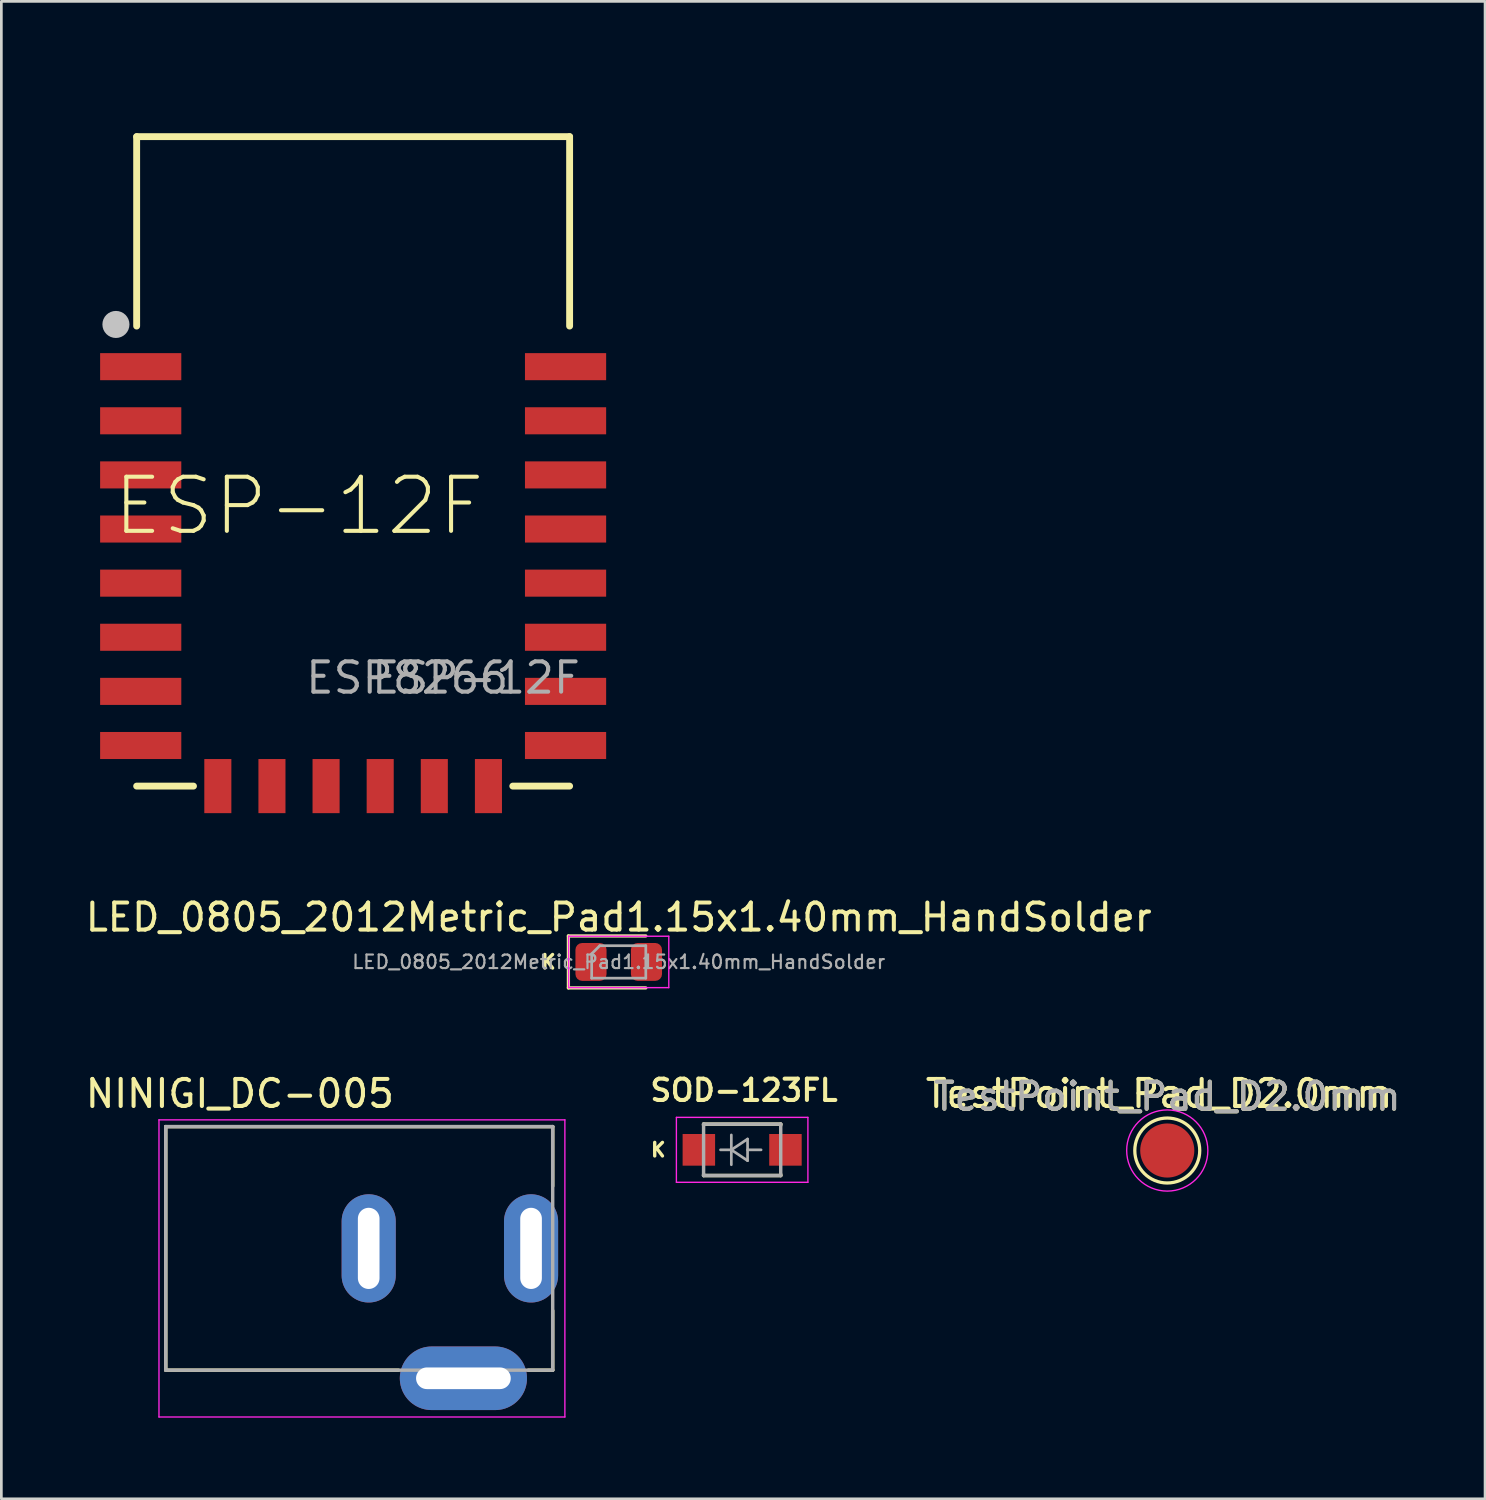
<source format=kicad_pcb>
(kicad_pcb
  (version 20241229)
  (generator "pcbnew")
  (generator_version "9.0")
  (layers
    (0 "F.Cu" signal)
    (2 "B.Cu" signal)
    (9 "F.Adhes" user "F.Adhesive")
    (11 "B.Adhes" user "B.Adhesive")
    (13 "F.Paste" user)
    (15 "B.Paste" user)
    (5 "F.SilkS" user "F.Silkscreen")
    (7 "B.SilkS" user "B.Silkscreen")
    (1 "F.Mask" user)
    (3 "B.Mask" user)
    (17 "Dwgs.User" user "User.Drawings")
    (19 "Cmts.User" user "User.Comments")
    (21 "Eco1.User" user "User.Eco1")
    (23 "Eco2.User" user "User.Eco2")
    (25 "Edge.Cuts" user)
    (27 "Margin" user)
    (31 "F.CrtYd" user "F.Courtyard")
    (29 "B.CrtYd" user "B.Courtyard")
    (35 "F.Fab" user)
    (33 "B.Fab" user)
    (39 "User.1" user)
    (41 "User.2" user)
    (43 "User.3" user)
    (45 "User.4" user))
  (footprint "ESP-12F"
    (layer "F.Cu")
    (at 2 26)
    (property "Reference" "ESP-12F" (at 6 -10.35 180) (layer "F.SilkS") (effects (font (size 2 2) (thickness 0.15))))
    (attr through_hole)
    (fp_line (start 0 -24) (end 0 -17) (stroke (width 0.254) (type solid)) (layer "F.SilkS"))
    (fp_line (start 0 0) (end 2.1 0) (stroke (width 0.254) (type solid)) (layer "F.SilkS"))
    (fp_line (start 13.9 0) (end 16 0) (stroke (width 0.254) (type solid)) (layer "F.SilkS"))
    (fp_line (start 16 -24) (end 0 -24) (stroke (width 0.254) (type solid)) (layer "F.SilkS"))
    (fp_line (start 16 -17) (end 16 -24) (stroke (width 0.254) (type solid)) (layer "F.SilkS"))
    (fp_circle (center -0.766 -17.06) (end -0.516 -17.06) (stroke (width 0.5) (type solid)) (fill no) (layer "Dwgs.User"))
    (fp_text user "ESP-12F" (at 12.54 -4 0) (layer "F.Fab") (effects (font (size 1.12 1.12) (thickness 0.15))))
    (fp_text user "ESP8266" (at 10 -4 0) (layer "F.Fab") (effects (font (size 1.12 1.12) (thickness 0.15))))
    (pad "1" smd rect (at 0.15 -15.5) (size 3 1) (layers "F.Cu" "F.Mask" "F.Paste"))
    (pad "2" smd rect (at 0.15 -13.5) (size 3 1) (layers "F.Cu" "F.Mask" "F.Paste"))
    (pad "3" smd rect (at 0.15 -11.5) (size 3 1) (layers "F.Cu" "F.Mask" "F.Paste"))
    (pad "4" smd rect (at 0.15 -9.5) (size 3 1) (layers "F.Cu" "F.Mask" "F.Paste"))
    (pad "5" smd rect (at 0.15 -7.5) (size 3 1) (layers "F.Cu" "F.Mask" "F.Paste"))
    (pad "6" smd rect (at 0.15 -5.5) (size 3 1) (layers "F.Cu" "F.Mask" "F.Paste"))
    (pad "7" smd rect (at 0.15 -3.5) (size 3 1) (layers "F.Cu" "F.Mask" "F.Paste"))
    (pad "8" smd rect (at 0.15 -1.5) (size 3 1) (layers "F.Cu" "F.Mask" "F.Paste"))
    (pad "9" smd rect (at 3 0 90) (size 2 1) (layers "F.Cu" "F.Mask" "F.Paste"))
    (pad "10" smd rect (at 5 0 90) (size 2 1) (layers "F.Cu" "F.Mask" "F.Paste"))
    (pad "11" smd rect (at 7 0 90) (size 2 1) (layers "F.Cu" "F.Mask" "F.Paste"))
    (pad "12" smd rect (at 9 0 90) (size 2 1) (layers "F.Cu" "F.Mask" "F.Paste"))
    (pad "13" smd rect (at 11 0 90) (size 2 1) (layers "F.Cu" "F.Mask" "F.Paste"))
    (pad "14" smd rect (at 13 0 90) (size 2 1) (layers "F.Cu" "F.Mask" "F.Paste"))
    (pad "15" smd rect (at 15.85 -1.5) (size 3 1) (layers "F.Cu" "F.Mask" "F.Paste"))
    (pad "16" smd rect (at 15.85 -3.5) (size 3 1) (layers "F.Cu" "F.Mask" "F.Paste"))
    (pad "17" smd rect (at 15.85 -5.5) (size 3 1) (layers "F.Cu" "F.Mask" "F.Paste"))
    (pad "18" smd rect (at 15.85 -7.5) (size 3 1) (layers "F.Cu" "F.Mask" "F.Paste"))
    (pad "19" smd rect (at 15.85 -9.5) (size 3 1) (layers "F.Cu" "F.Mask" "F.Paste"))
    (pad "20" smd rect (at 15.85 -11.5) (size 3 1) (layers "F.Cu" "F.Mask" "F.Paste"))
    (pad "21" smd rect (at 15.85 -13.5) (size 3 1) (layers "F.Cu" "F.Mask" "F.Paste"))
    (pad "22" smd rect (at 15.85 -15.5) (size 3 1) (layers "F.Cu" "F.Mask" "F.Paste"))
    (zone (net_name "") (layer "F.Cu") (hatch full 0.508) (connect_pads) (min_thickness 0.01) (filled_areas_thickness no) (keepout (tracks not_allowed) (vias not_allowed) (pads not_allowed) (copperpour not_allowed) (footprints allowed)) (placement (enabled no)) (fill) (polygon (pts (xy 0 0) (xy 20 0) (xy 20 9) (xy 0 9))))
    (zone (net_name "") (layer "B.Cu") (hatch full 0.508) (connect_pads) (min_thickness 0.01) (filled_areas_thickness no) (keepout (tracks not_allowed) (vias not_allowed) (pads not_allowed) (copperpour not_allowed) (footprints allowed)) (placement (enabled no)) (fill) (polygon (pts (xy 0 0) (xy 20 0) (xy 20 9) (xy 0 9)))))
  (footprint "LED_0805_2012Metric_Pad1.15x1.40mm_HandSolder"
    (layer "F.Cu")
    (at 19.815 32.498)
    (property "Reference" "LED_0805_2012Metric_Pad1.15x1.40mm_HandSolder" (at 0 -1.65 0) (layer "F.SilkS") (effects (font (size 1 1) (thickness 0.15))))
    (attr smd)
    (fp_line (start -1.86 -0.96) (end -1.86 0.96) (stroke (width 0.12) (type solid)) (layer "F.SilkS"))
    (fp_line (start -1.86 0.96) (end 1 0.96) (stroke (width 0.12) (type solid)) (layer "F.SilkS"))
    (fp_line (start 1 -0.96) (end -1.86 -0.96) (stroke (width 0.12) (type solid)) (layer "F.SilkS"))
    (fp_line (start -1.85 -0.95) (end 1.85 -0.95) (stroke (width 0.05) (type solid)) (layer "F.CrtYd"))
    (fp_line (start -1.85 0.95) (end -1.85 -0.95) (stroke (width 0.05) (type solid)) (layer "F.CrtYd"))
    (fp_line (start 1.85 -0.95) (end 1.85 0.95) (stroke (width 0.05) (type solid)) (layer "F.CrtYd"))
    (fp_line (start 1.85 0.95) (end -1.85 0.95) (stroke (width 0.05) (type solid)) (layer "F.CrtYd"))
    (fp_line (start -1 -0.3) (end -1 0.6) (stroke (width 0.1) (type solid)) (layer "F.Fab"))
    (fp_line (start -1 0.6) (end 1 0.6) (stroke (width 0.1) (type solid)) (layer "F.Fab"))
    (fp_line (start -0.7 -0.6) (end -1 -0.3) (stroke (width 0.1) (type solid)) (layer "F.Fab"))
    (fp_line (start 1 -0.6) (end -0.7 -0.6) (stroke (width 0.1) (type solid)) (layer "F.Fab"))
    (fp_line (start 1 0.6) (end 1 -0.6) (stroke (width 0.1) (type solid)) (layer "F.Fab"))
    (fp_text user "K" (at -2.6 0 0) (unlocked yes) (layer "F.SilkS") (effects (font (size 0.5 0.5) (thickness 0.125))))
    (fp_text user "${REFERENCE}" (at 0 0 0) (layer "F.Fab") (effects (font (size 0.5 0.5) (thickness 0.08))))
    (pad "1" smd roundrect (at -1.025 0) (size 1.15 1.4) (layers "F.Cu" "F.Mask" "F.Paste") (roundrect_rratio 0.217))
    (pad "2" smd roundrect (at 1.025 0) (size 1.15 1.4) (layers "F.Cu" "F.Mask" "F.Paste") (roundrect_rratio 0.217)))
  (footprint "NINIGI_DC-005"
    (layer "F.Cu")
    (at 14.075 43.084)
    (property "Reference" "NINIGI_DC-005" (at -8.26 -5.717 0) (layer "F.SilkS") (effects (font (size 1 1) (thickness 0.15))))
    (attr through_hole)
    (fp_line (start -11 -4.5) (end 3.3 -4.5) (stroke (width 0.127) (type solid)) (layer "F.SilkS"))
    (fp_line (start -11 4.5) (end -11 -4.5) (stroke (width 0.127) (type solid)) (layer "F.SilkS"))
    (fp_line (start -2.4 4.5) (end -11 4.5) (stroke (width 0.127) (type solid)) (layer "F.SilkS"))
    (fp_line (start 3.3 -4.5) (end 3.3 -2.3) (stroke (width 0.127) (type solid)) (layer "F.SilkS"))
    (fp_line (start 3.3 2.3) (end 3.3 4.5) (stroke (width 0.127) (type solid)) (layer "F.SilkS"))
    (fp_line (start 3.3 4.5) (end 2.4 4.5) (stroke (width 0.127) (type solid)) (layer "F.SilkS"))
    (fp_line (start -11.25 -4.75) (end 3.75 -4.75) (stroke (width 0.05) (type solid)) (layer "F.CrtYd"))
    (fp_line (start -11.25 6.23) (end -11.25 -4.75) (stroke (width 0.05) (type solid)) (layer "F.CrtYd"))
    (fp_line (start 3.75 -4.75) (end 3.75 6.23) (stroke (width 0.05) (type solid)) (layer "F.CrtYd"))
    (fp_line (start 3.75 6.23) (end -11.25 6.23) (stroke (width 0.05) (type solid)) (layer "F.CrtYd"))
    (fp_line (start -11 -4.5) (end 3.3 -4.5) (stroke (width 0.127) (type solid)) (layer "F.Fab"))
    (fp_line (start -11 4.5) (end -11 -4.5) (stroke (width 0.127) (type solid)) (layer "F.Fab"))
    (fp_line (start 3.3 -4.5) (end 3.3 4.5) (stroke (width 0.127) (type solid)) (layer "F.Fab"))
    (fp_line (start 3.3 4.5) (end -11 4.5) (stroke (width 0.127) (type solid)) (layer "F.Fab"))
    (pad "2" thru_hole oval (at 0 4.8) (size 4.7 2.35) (drill oval 3.5 0.8) (layers "*.Cu" "*.Mask"))
    (pad "3" thru_hole oval (at -3.5 0) (size 2 4) (drill oval 0.8 3) (layers "*.Cu" "*.Mask"))
    (pad "4" thru_hole oval (at 2.5 0) (size 2 4) (drill oval 0.8 3) (layers "*.Cu" "*.Mask")))
  (footprint "TestPoint_Pad_D2.0mm"
    (layer "F.Cu")
    (at 40.086 39.467)
    (property "Reference" "TestPoint_Pad_D2.0mm" (at 0 -1.998 0) (layer "F.SilkS") (effects (font (size 1 1) (thickness 0.15))))
    (property "Value" "TestPoint_Pad_D2.0mm" (at 0 2.05 0) (layer "F.Fab") (hide yes) (effects (font (size 1 1) (thickness 0.15))))
    (attr exclude_from_pos_files exclude_from_bom)
    (fp_circle (center 0 0) (end 0 1.2) (stroke (width 0.12) (type solid)) (fill no) (layer "F.SilkS"))
    (fp_circle (center 0 0) (end 1.5 0) (stroke (width 0.05) (type solid)) (fill no) (layer "F.CrtYd"))
    (fp_text user "${VALUE}" (at -0.3 -2.1 0) (unlocked yes) (layer "F.SilkS") (effects (font (size 1 1) (thickness 0.15))))
    (fp_text user "${REFERENCE}" (at 0 -2 0) (layer "F.Fab") (effects (font (size 1 1) (thickness 0.15))))
    (pad "1" smd circle (at 0 0) (size 2 2) (layers "F.Cu" "F.Mask")))
  (footprint "SOD-123FL"
    (layer "F.Cu")
    (at 24.376 39.442)
    (property "Reference" "SOD-123FL" (at 0.07 -2.2 0) (layer "F.SilkS") (effects (font (size 0.787 0.787) (thickness 0.15))))
    (attr through_hole)
    (fp_line (start -1.425 -0.95) (end -1.425 -0.905) (stroke (width 0.127) (type solid)) (layer "F.SilkS"))
    (fp_line (start -1.425 0.95) (end -1.425 0.905) (stroke (width 0.127) (type solid)) (layer "F.SilkS"))
    (fp_line (start -1.425 0.95) (end 1.425 0.95) (stroke (width 0.127) (type solid)) (layer "F.SilkS"))
    (fp_line (start 1.425 -0.95) (end -1.425 -0.95) (stroke (width 0.127) (type solid)) (layer "F.SilkS"))
    (fp_line (start 1.425 -0.905) (end 1.425 -0.95) (stroke (width 0.127) (type solid)) (layer "F.SilkS"))
    (fp_line (start 1.425 0.95) (end 1.425 0.905) (stroke (width 0.127) (type solid)) (layer "F.SilkS"))
    (fp_line (start -2.43 -1.2) (end -2.43 1.2) (stroke (width 0.05) (type solid)) (layer "F.CrtYd"))
    (fp_line (start -2.43 1.2) (end 2.43 1.2) (stroke (width 0.05) (type solid)) (layer "F.CrtYd"))
    (fp_line (start 2.43 -1.2) (end -2.43 -1.2) (stroke (width 0.05) (type solid)) (layer "F.CrtYd"))
    (fp_line (start 2.43 1.2) (end 2.43 -1.2) (stroke (width 0.05) (type solid)) (layer "F.CrtYd"))
    (fp_line (start -1.425 -0.95) (end -1.425 0.95) (stroke (width 0.127) (type solid)) (layer "F.Fab"))
    (fp_line (start -1.425 0.95) (end 1.425 0.95) (stroke (width 0.127) (type solid)) (layer "F.Fab"))
    (fp_line (start -0.8 0) (end -0.4 0) (stroke (width 0.1) (type solid)) (layer "F.Fab"))
    (fp_line (start -0.4 0) (end -0.4 -0.55) (stroke (width 0.1) (type solid)) (layer "F.Fab"))
    (fp_line (start -0.4 0) (end -0.4 0.55) (stroke (width 0.1) (type solid)) (layer "F.Fab"))
    (fp_line (start -0.4 0) (end 0.2 -0.4) (stroke (width 0.1) (type solid)) (layer "F.Fab"))
    (fp_line (start 0.2 -0.4) (end 0.2 0.4) (stroke (width 0.1) (type solid)) (layer "F.Fab"))
    (fp_line (start 0.2 0) (end 0.7 0) (stroke (width 0.1) (type solid)) (layer "F.Fab"))
    (fp_line (start 0.2 0.4) (end -0.4 0) (stroke (width 0.1) (type solid)) (layer "F.Fab"))
    (fp_line (start 1.425 -0.95) (end -1.425 -0.95) (stroke (width 0.127) (type solid)) (layer "F.Fab"))
    (fp_line (start 1.425 0.95) (end 1.425 -0.95) (stroke (width 0.127) (type solid)) (layer "F.Fab"))
    (fp_text user "K" (at -3.1 0 0) (unlocked yes) (layer "F.SilkS") (effects (font (size 0.5 0.5) (thickness 0.125))))
    (pad "1" smd rect (at -1.6 0) (size 1.2 1.17) (layers "F.Cu" "F.Mask" "F.Paste"))
    (pad "2" smd rect (at 1.6 0) (size 1.2 1.17) (layers "F.Cu" "F.Mask" "F.Paste")))
  (gr_rect
    (start -3 -3)
    (end 51.83 52.339)
    (stroke (width 0.1) (type default))
    (fill no)
    (layer "Edge.Cuts")))
</source>
